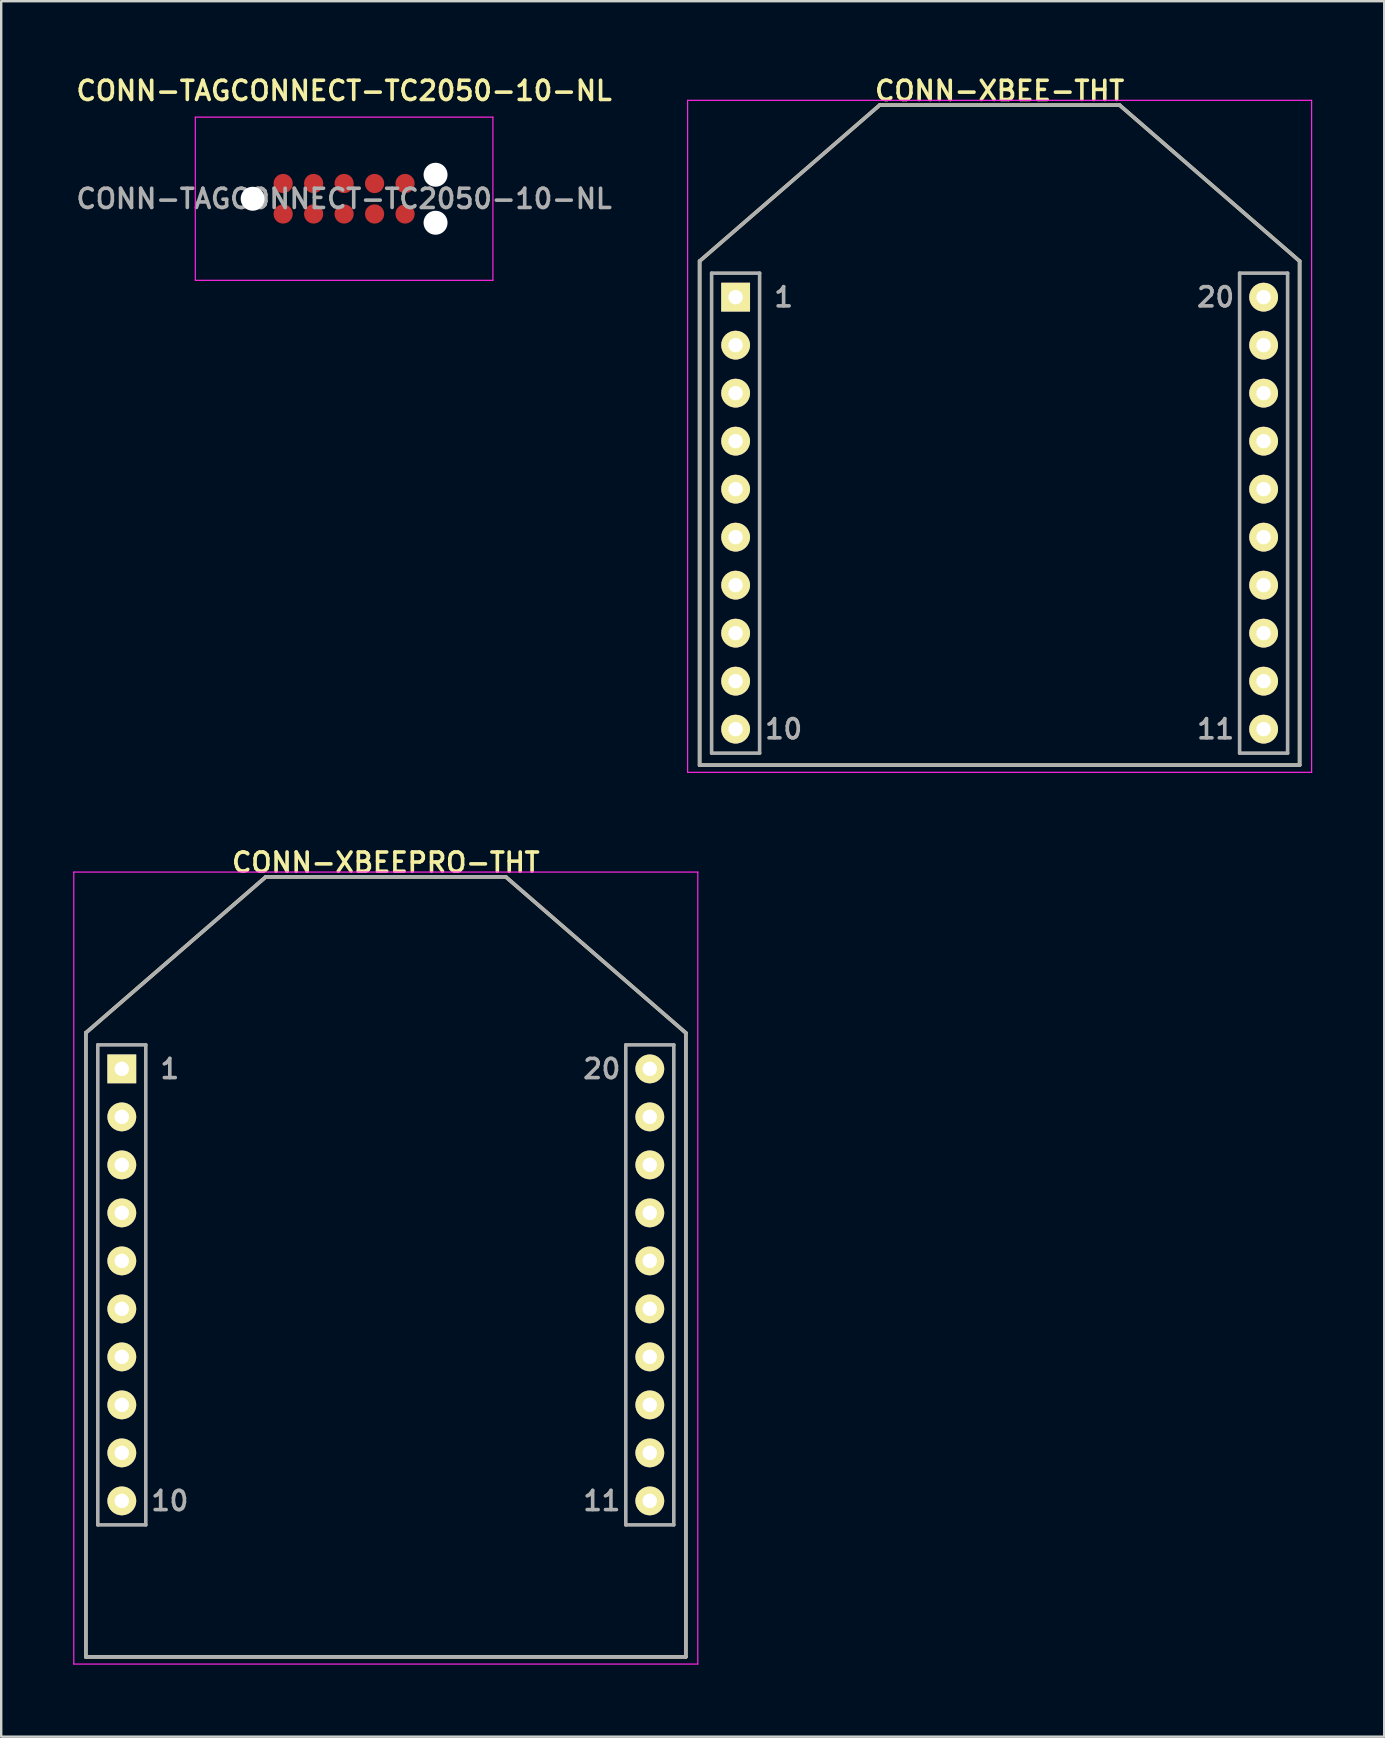
<source format=kicad_pcb>
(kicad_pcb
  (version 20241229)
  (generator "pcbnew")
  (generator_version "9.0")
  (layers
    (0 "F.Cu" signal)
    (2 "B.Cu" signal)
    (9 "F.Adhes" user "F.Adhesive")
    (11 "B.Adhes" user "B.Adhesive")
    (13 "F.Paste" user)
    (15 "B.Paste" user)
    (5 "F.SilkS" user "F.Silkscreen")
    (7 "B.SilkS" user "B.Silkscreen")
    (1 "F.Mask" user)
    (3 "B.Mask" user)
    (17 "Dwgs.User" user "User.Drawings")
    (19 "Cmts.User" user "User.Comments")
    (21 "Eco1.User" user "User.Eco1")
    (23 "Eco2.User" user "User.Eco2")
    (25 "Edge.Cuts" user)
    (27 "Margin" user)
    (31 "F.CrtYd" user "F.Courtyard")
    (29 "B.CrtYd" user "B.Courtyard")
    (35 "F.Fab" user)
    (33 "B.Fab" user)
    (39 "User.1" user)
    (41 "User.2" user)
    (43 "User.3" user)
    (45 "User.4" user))
  (footprint "CONN-XBEEPRO-THT"
    (layer "F.Cu")
    (at 13.025 50.487)
    (property "Reference" "CONN-XBEEPRO-THT" (at 0 -17.6 0) (layer "F.SilkS") (effects (font (size 0.8 0.8) (thickness 0.15))))
    (attr through_hole)
    (fp_line (start -12.5 -10.5) (end -12.5 15.5) (stroke (width 0.15) (type solid)) (layer "F.SilkS"))
    (fp_line (start -12.5 15.5) (end 12.5 15.5) (stroke (width 0.15) (type solid)) (layer "F.SilkS"))
    (fp_line (start -5 -17) (end -12.5 -10.5) (stroke (width 0.15) (type solid)) (layer "F.SilkS"))
    (fp_line (start -5 -17) (end 5 -17) (stroke (width 0.15) (type solid)) (layer "F.SilkS"))
    (fp_line (start 5 -17) (end 12.5 -10.5) (stroke (width 0.15) (type solid)) (layer "F.SilkS"))
    (fp_line (start 12.5 15.5) (end 12.5 -10.5) (stroke (width 0.15) (type solid)) (layer "F.SilkS"))
    (fp_line (start -13 -17.2) (end 13 -17.2) (stroke (width 0.05) (type solid)) (layer "F.CrtYd"))
    (fp_line (start -13 15.8) (end -13 -17.2) (stroke (width 0.05) (type solid)) (layer "F.CrtYd"))
    (fp_line (start 13 -17.2) (end 13 15.8) (stroke (width 0.05) (type solid)) (layer "F.CrtYd"))
    (fp_line (start 13 15.8) (end -13 15.8) (stroke (width 0.05) (type solid)) (layer "F.CrtYd"))
    (fp_line (start -12.5 -10.5) (end -12.5 15.5) (stroke (width 0.15) (type solid)) (layer "F.Fab"))
    (fp_line (start -12.5 15.5) (end 12.5 15.5) (stroke (width 0.15) (type solid)) (layer "F.Fab"))
    (fp_line (start -12 -10) (end -12 10) (stroke (width 0.15) (type solid)) (layer "F.Fab"))
    (fp_line (start -12 10) (end -10 10) (stroke (width 0.15) (type solid)) (layer "F.Fab"))
    (fp_line (start -10 -10) (end -12 -10) (stroke (width 0.15) (type solid)) (layer "F.Fab"))
    (fp_line (start -10 10) (end -10 -10) (stroke (width 0.15) (type solid)) (layer "F.Fab"))
    (fp_line (start -5 -17) (end -12.5 -10.5) (stroke (width 0.15) (type solid)) (layer "F.Fab"))
    (fp_line (start -5 -17) (end 5 -17) (stroke (width 0.15) (type solid)) (layer "F.Fab"))
    (fp_line (start 5 -17) (end 12.5 -10.5) (stroke (width 0.15) (type solid)) (layer "F.Fab"))
    (fp_line (start 10 -10) (end 12 -10) (stroke (width 0.15) (type solid)) (layer "F.Fab"))
    (fp_line (start 10 10) (end 10 -10) (stroke (width 0.15) (type solid)) (layer "F.Fab"))
    (fp_line (start 12 -10) (end 12 10) (stroke (width 0.15) (type solid)) (layer "F.Fab"))
    (fp_line (start 12 10) (end 10 10) (stroke (width 0.15) (type solid)) (layer "F.Fab"))
    (fp_line (start 12.5 15.5) (end 12.5 -10.5) (stroke (width 0.15) (type solid)) (layer "F.Fab"))
    (fp_text user "10" (at -9 9 0) (layer "F.Fab") (effects (font (size 0.8 0.8) (thickness 0.15))))
    (fp_text user "11" (at 9 9 0) (layer "F.Fab") (effects (font (size 0.8 0.8) (thickness 0.15))))
    (fp_text user "1" (at -9 -9 0) (layer "F.Fab") (effects (font (size 0.8 0.8) (thickness 0.15))))
    (fp_text user "20" (at 9 -9 0) (layer "F.Fab") (effects (font (size 0.8 0.8) (thickness 0.15))))
    (pad "1" thru_hole rect (at -11 -9) (size 1.2 1.2) (drill 0.6) (layers "*.Cu" "*.Mask" "F.SilkS"))
    (pad "2" thru_hole circle (at -11 -7) (size 1.2 1.2) (drill 0.6) (layers "*.Cu" "*.Mask" "F.SilkS"))
    (pad "3" thru_hole circle (at -11 -5) (size 1.2 1.2) (drill 0.6) (layers "*.Cu" "*.Mask" "F.SilkS"))
    (pad "4" thru_hole circle (at -11 -3) (size 1.2 1.2) (drill 0.6) (layers "*.Cu" "*.Mask" "F.SilkS"))
    (pad "5" thru_hole circle (at -11 -1) (size 1.2 1.2) (drill 0.6) (layers "*.Cu" "*.Mask" "F.SilkS"))
    (pad "6" thru_hole circle (at -11 1) (size 1.2 1.2) (drill 0.6) (layers "*.Cu" "*.Mask" "F.SilkS"))
    (pad "7" thru_hole circle (at -11 3) (size 1.2 1.2) (drill 0.6) (layers "*.Cu" "*.Mask" "F.SilkS"))
    (pad "8" thru_hole circle (at -11 5) (size 1.2 1.2) (drill 0.6) (layers "*.Cu" "*.Mask" "F.SilkS"))
    (pad "9" thru_hole circle (at -11 7) (size 1.2 1.2) (drill 0.6) (layers "*.Cu" "*.Mask" "F.SilkS"))
    (pad "10" thru_hole circle (at -11 9) (size 1.2 1.2) (drill 0.6) (layers "*.Cu" "*.Mask" "F.SilkS"))
    (pad "11" thru_hole circle (at 11 9) (size 1.2 1.2) (drill 0.6) (layers "*.Cu" "*.Mask" "F.SilkS"))
    (pad "12" thru_hole circle (at 11 7) (size 1.2 1.2) (drill 0.6) (layers "*.Cu" "*.Mask" "F.SilkS"))
    (pad "13" thru_hole circle (at 11 5) (size 1.2 1.2) (drill 0.6) (layers "*.Cu" "*.Mask" "F.SilkS"))
    (pad "14" thru_hole circle (at 11 3) (size 1.2 1.2) (drill 0.6) (layers "*.Cu" "*.Mask" "F.SilkS"))
    (pad "15" thru_hole circle (at 11 1) (size 1.2 1.2) (drill 0.6) (layers "*.Cu" "*.Mask" "F.SilkS"))
    (pad "16" thru_hole circle (at 11 -1) (size 1.2 1.2) (drill 0.6) (layers "*.Cu" "*.Mask" "F.SilkS"))
    (pad "17" thru_hole circle (at 11 -3) (size 1.2 1.2) (drill 0.6) (layers "*.Cu" "*.Mask" "F.SilkS"))
    (pad "18" thru_hole circle (at 11 -5) (size 1.2 1.2) (drill 0.6) (layers "*.Cu" "*.Mask" "F.SilkS"))
    (pad "19" thru_hole circle (at 11 -7) (size 1.2 1.2) (drill 0.6) (layers "*.Cu" "*.Mask" "F.SilkS"))
    (pad "20" thru_hole circle (at 11 -9) (size 1.2 1.2) (drill 0.6) (layers "*.Cu" "*.Mask" "F.SilkS")))
  (footprint "CONN-XBEE-THT"
    (layer "F.Cu")
    (at 38.601 18.331)
    (property "Reference" "CONN-XBEE-THT" (at 0 -17.6 0) (layer "F.SilkS") (effects (font (size 0.8 0.8) (thickness 0.15))))
    (attr through_hole)
    (fp_line (start -12.5 -10.5) (end -12.5 10.5) (stroke (width 0.15) (type solid)) (layer "F.SilkS"))
    (fp_line (start -12.5 10.5) (end 12.5 10.5) (stroke (width 0.15) (type solid)) (layer "F.SilkS"))
    (fp_line (start -5 -17) (end -12.5 -10.5) (stroke (width 0.15) (type solid)) (layer "F.SilkS"))
    (fp_line (start -5 -17) (end 5 -17) (stroke (width 0.15) (type solid)) (layer "F.SilkS"))
    (fp_line (start 5 -17) (end 12.5 -10.5) (stroke (width 0.15) (type solid)) (layer "F.SilkS"))
    (fp_line (start 12.5 10.5) (end 12.5 -10.5) (stroke (width 0.15) (type solid)) (layer "F.SilkS"))
    (fp_line (start -13 -17.2) (end 13 -17.2) (stroke (width 0.05) (type solid)) (layer "F.CrtYd"))
    (fp_line (start -13 10.8) (end -13 -17.2) (stroke (width 0.05) (type solid)) (layer "F.CrtYd"))
    (fp_line (start 13 -17.2) (end 13 10.8) (stroke (width 0.05) (type solid)) (layer "F.CrtYd"))
    (fp_line (start 13 10.8) (end -13 10.8) (stroke (width 0.05) (type solid)) (layer "F.CrtYd"))
    (fp_line (start -12.5 -10.5) (end -12.5 10.5) (stroke (width 0.15) (type solid)) (layer "F.Fab"))
    (fp_line (start -12.5 10.5) (end 12.5 10.5) (stroke (width 0.15) (type solid)) (layer "F.Fab"))
    (fp_line (start -12 -10) (end -12 10) (stroke (width 0.15) (type solid)) (layer "F.Fab"))
    (fp_line (start -12 10) (end -10 10) (stroke (width 0.15) (type solid)) (layer "F.Fab"))
    (fp_line (start -10 -10) (end -12 -10) (stroke (width 0.15) (type solid)) (layer "F.Fab"))
    (fp_line (start -10 10) (end -10 -10) (stroke (width 0.15) (type solid)) (layer "F.Fab"))
    (fp_line (start -5 -17) (end -12.5 -10.5) (stroke (width 0.15) (type solid)) (layer "F.Fab"))
    (fp_line (start -5 -17) (end 5 -17) (stroke (width 0.15) (type solid)) (layer "F.Fab"))
    (fp_line (start 5 -17) (end 12.5 -10.5) (stroke (width 0.15) (type solid)) (layer "F.Fab"))
    (fp_line (start 10 -10) (end 12 -10) (stroke (width 0.15) (type solid)) (layer "F.Fab"))
    (fp_line (start 10 10) (end 10 -10) (stroke (width 0.15) (type solid)) (layer "F.Fab"))
    (fp_line (start 12 -10) (end 12 10) (stroke (width 0.15) (type solid)) (layer "F.Fab"))
    (fp_line (start 12 10) (end 10 10) (stroke (width 0.15) (type solid)) (layer "F.Fab"))
    (fp_line (start 12.5 10.5) (end 12.5 -10.5) (stroke (width 0.15) (type solid)) (layer "F.Fab"))
    (fp_text user "11" (at 9 9 0) (layer "F.Fab") (effects (font (size 0.8 0.8) (thickness 0.15))))
    (fp_text user "20" (at 9 -9 0) (layer "F.Fab") (effects (font (size 0.8 0.8) (thickness 0.15))))
    (fp_text user "10" (at -9 9 0) (layer "F.Fab") (effects (font (size 0.8 0.8) (thickness 0.15))))
    (fp_text user "1" (at -9 -9 0) (layer "F.Fab") (effects (font (size 0.8 0.8) (thickness 0.15))))
    (pad "1" thru_hole rect (at -11 -9) (size 1.2 1.2) (drill 0.6) (layers "*.Cu" "*.Mask" "F.SilkS"))
    (pad "2" thru_hole circle (at -11 -7) (size 1.2 1.2) (drill 0.6) (layers "*.Cu" "*.Mask" "F.SilkS"))
    (pad "3" thru_hole circle (at -11 -5) (size 1.2 1.2) (drill 0.6) (layers "*.Cu" "*.Mask" "F.SilkS"))
    (pad "4" thru_hole circle (at -11 -3) (size 1.2 1.2) (drill 0.6) (layers "*.Cu" "*.Mask" "F.SilkS"))
    (pad "5" thru_hole circle (at -11 -1) (size 1.2 1.2) (drill 0.6) (layers "*.Cu" "*.Mask" "F.SilkS"))
    (pad "6" thru_hole circle (at -11 1) (size 1.2 1.2) (drill 0.6) (layers "*.Cu" "*.Mask" "F.SilkS"))
    (pad "7" thru_hole circle (at -11 3) (size 1.2 1.2) (drill 0.6) (layers "*.Cu" "*.Mask" "F.SilkS"))
    (pad "8" thru_hole circle (at -11 5) (size 1.2 1.2) (drill 0.6) (layers "*.Cu" "*.Mask" "F.SilkS"))
    (pad "9" thru_hole circle (at -11 7) (size 1.2 1.2) (drill 0.6) (layers "*.Cu" "*.Mask" "F.SilkS"))
    (pad "10" thru_hole circle (at -11 9) (size 1.2 1.2) (drill 0.6) (layers "*.Cu" "*.Mask" "F.SilkS"))
    (pad "11" thru_hole circle (at 11 9) (size 1.2 1.2) (drill 0.6) (layers "*.Cu" "*.Mask" "F.SilkS"))
    (pad "12" thru_hole circle (at 11 7) (size 1.2 1.2) (drill 0.6) (layers "*.Cu" "*.Mask" "F.SilkS"))
    (pad "13" thru_hole circle (at 11 5) (size 1.2 1.2) (drill 0.6) (layers "*.Cu" "*.Mask" "F.SilkS"))
    (pad "14" thru_hole circle (at 11 3) (size 1.2 1.2) (drill 0.6) (layers "*.Cu" "*.Mask" "F.SilkS"))
    (pad "15" thru_hole circle (at 11 1) (size 1.2 1.2) (drill 0.6) (layers "*.Cu" "*.Mask" "F.SilkS"))
    (pad "16" thru_hole circle (at 11 -1) (size 1.2 1.2) (drill 0.6) (layers "*.Cu" "*.Mask" "F.SilkS"))
    (pad "17" thru_hole circle (at 11 -3) (size 1.2 1.2) (drill 0.6) (layers "*.Cu" "*.Mask" "F.SilkS"))
    (pad "18" thru_hole circle (at 11 -5) (size 1.2 1.2) (drill 0.6) (layers "*.Cu" "*.Mask" "F.SilkS"))
    (pad "19" thru_hole circle (at 11 -7) (size 1.2 1.2) (drill 0.6) (layers "*.Cu" "*.Mask" "F.SilkS"))
    (pad "20" thru_hole circle (at 11 -9) (size 1.2 1.2) (drill 0.6) (layers "*.Cu" "*.Mask" "F.SilkS")))
  (footprint "CONN-TAGCONNECT-TC2050-10-NL"
    (layer "F.Cu")
    (at 11.288 5.231)
    (property "Reference" "CONN-TAGCONNECT-TC2050-10-NL" (at 0 -4.5 0) (layer "F.SilkS") (effects (font (size 0.8 0.8) (thickness 0.15))))
    (attr through_hole)
    (fp_line (start -6.2 -3.4) (end 6.2 -3.4) (stroke (width 0.05) (type solid)) (layer "F.CrtYd"))
    (fp_line (start -6.2 3.4) (end -6.2 -3.4) (stroke (width 0.05) (type solid)) (layer "F.CrtYd"))
    (fp_line (start 6.2 -3.4) (end 6.2 3.4) (stroke (width 0.05) (type solid)) (layer "F.CrtYd"))
    (fp_line (start 6.2 3.4) (end -6.2 3.4) (stroke (width 0.05) (type solid)) (layer "F.CrtYd"))
    (fp_text user "${REFERENCE}" (at 0 0 0) (layer "F.Fab") (effects (font (size 0.8 0.8) (thickness 0.15))))
    (pad "" np_thru_hole circle (at -3.81 0) (size 1 1) (drill 1) (layers "*.Cu" "*.Mask"))
    (pad "" np_thru_hole circle (at 3.81 -1) (size 1 1) (drill 1) (layers "*.Cu" "*.Mask"))
    (pad "" np_thru_hole circle (at 3.81 1) (size 1 1) (drill 1) (layers "*.Cu" "*.Mask"))
    (pad "1" smd circle (at -2.54 0.635) (size 0.8 0.8) (layers "F.Cu" "F.Mask" "F.Paste"))
    (pad "2" smd circle (at -1.27 0.635) (size 0.8 0.8) (layers "F.Cu" "F.Mask" "F.Paste"))
    (pad "3" smd circle (at 0 0.635) (size 0.8 0.8) (layers "F.Cu" "F.Mask" "F.Paste"))
    (pad "4" smd circle (at 1.27 0.635) (size 0.8 0.8) (layers "F.Cu" "F.Mask" "F.Paste"))
    (pad "5" smd circle (at 2.54 0.635) (size 0.8 0.8) (layers "F.Cu" "F.Mask" "F.Paste"))
    (pad "6" smd circle (at 2.54 -0.635) (size 0.8 0.8) (layers "F.Cu" "F.Mask" "F.Paste"))
    (pad "7" smd circle (at 1.27 -0.635) (size 0.8 0.8) (layers "F.Cu" "F.Mask" "F.Paste"))
    (pad "8" smd circle (at 0 -0.635) (size 0.8 0.8) (layers "F.Cu" "F.Mask" "F.Paste"))
    (pad "9" smd circle (at -1.27 -0.635) (size 0.8 0.8) (layers "F.Cu" "F.Mask" "F.Paste"))
    (pad "10" smd circle (at -2.54 -0.635) (size 0.8 0.8) (layers "F.Cu" "F.Mask" "F.Paste")))
  (gr_rect
    (start -3 -3)
    (end 54.626 69.312)
    (stroke (width 0.1) (type default))
    (fill no)
    (layer "Edge.Cuts")))
</source>
